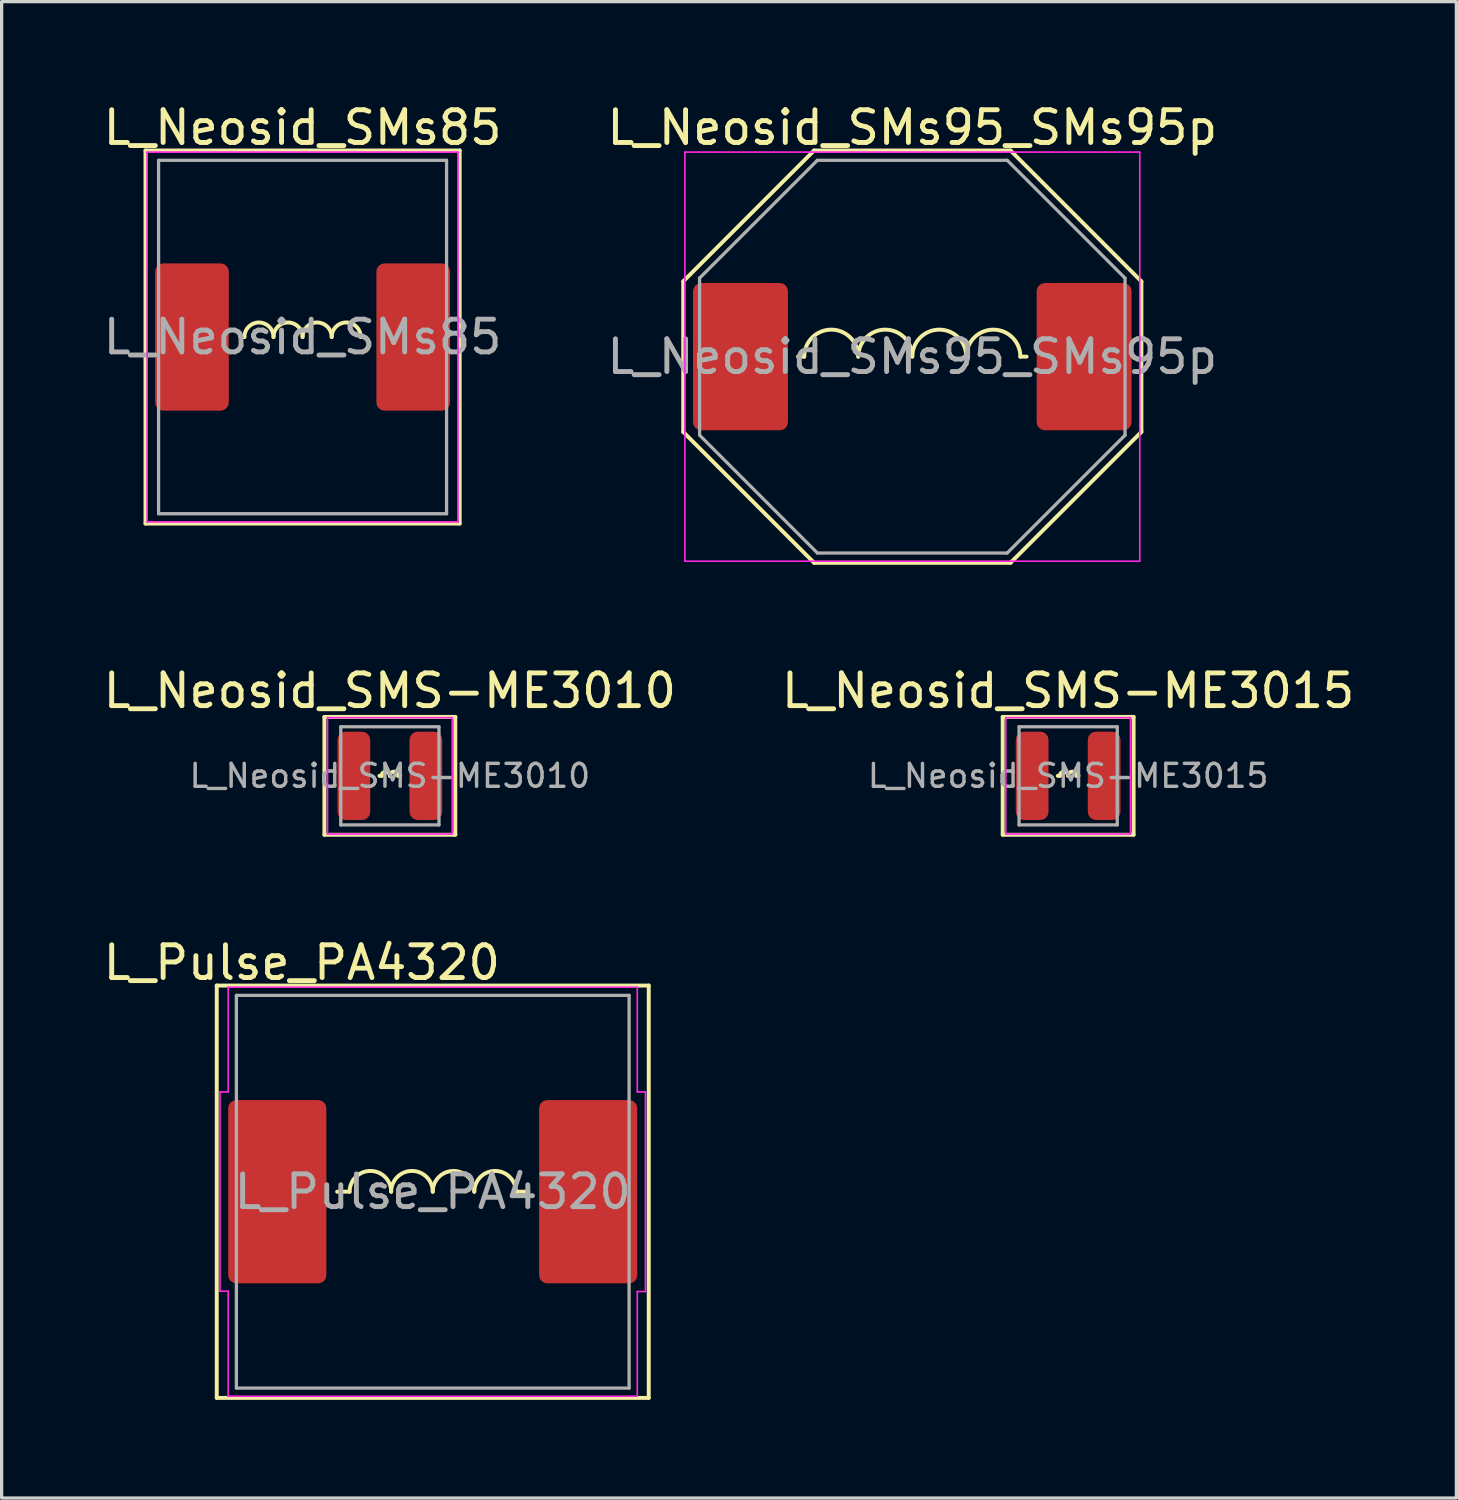
<source format=kicad_pcb>
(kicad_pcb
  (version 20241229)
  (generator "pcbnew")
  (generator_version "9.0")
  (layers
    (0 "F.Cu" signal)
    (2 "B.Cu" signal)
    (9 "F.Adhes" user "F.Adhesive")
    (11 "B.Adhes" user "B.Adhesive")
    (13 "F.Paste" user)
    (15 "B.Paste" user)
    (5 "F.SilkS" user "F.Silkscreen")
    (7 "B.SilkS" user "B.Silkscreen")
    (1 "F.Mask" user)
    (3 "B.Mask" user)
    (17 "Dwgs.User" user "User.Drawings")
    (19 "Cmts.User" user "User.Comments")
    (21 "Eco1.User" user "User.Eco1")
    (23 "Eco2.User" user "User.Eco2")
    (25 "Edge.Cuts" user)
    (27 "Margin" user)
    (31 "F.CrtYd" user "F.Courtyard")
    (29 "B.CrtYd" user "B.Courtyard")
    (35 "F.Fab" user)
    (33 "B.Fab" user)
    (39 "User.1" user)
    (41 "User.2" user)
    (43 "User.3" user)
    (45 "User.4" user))
  (footprint "L_Pulse_PA4320"
    (layer "F.Cu")
    (at 10.173 33.365)
    (property "Reference" "L_Pulse_PA4320" (at -4 -7 0) (layer "F.SilkS") (effects (font (size 1 1) (thickness 0.15))))
    (attr smd)
    (fp_line (start -6.6 -6.3) (end -6.6 6.3) (stroke (width 0.12) (type solid)) (layer "F.SilkS"))
    (fp_line (start -6.6 6.3) (end 6.6 6.3) (stroke (width 0.12) (type solid)) (layer "F.SilkS"))
    (fp_line (start -2.921 0) (end -2.54 0) (stroke (width 0.12) (type solid)) (layer "F.SilkS"))
    (fp_line (start 2.54 0) (end 2.921 0) (stroke (width 0.12) (type solid)) (layer "F.SilkS"))
    (fp_line (start 6.6 -6.3) (end -6.6 -6.3) (stroke (width 0.12) (type solid)) (layer "F.SilkS"))
    (fp_line (start 6.6 6.3) (end 6.6 -6.3) (stroke (width 0.12) (type solid)) (layer "F.SilkS"))
    (fp_arc (start -2.54 0) (mid -1.905 -0.635) (end -1.27 0) (stroke (width 0.12) (type solid)) (layer "F.SilkS"))
    (fp_arc (start -1.27 0) (mid -0.635 -0.635) (end 0 0) (stroke (width 0.12) (type solid)) (layer "F.SilkS"))
    (fp_arc (start 0 0) (mid 0.635 -0.635) (end 1.27 0) (stroke (width 0.12) (type solid)) (layer "F.SilkS"))
    (fp_arc (start 1.27 0) (mid 1.905 -0.635) (end 2.54 0) (stroke (width 0.12) (type solid)) (layer "F.SilkS"))
    (fp_line (start -6.5 3.04) (end -6.5 -3.05) (stroke (width 0.05) (type solid)) (layer "F.CrtYd"))
    (fp_line (start -6.25 -6.25) (end -6.25 -3.05) (stroke (width 0.05) (type solid)) (layer "F.CrtYd"))
    (fp_line (start -6.25 -6.25) (end 6.25 -6.25) (stroke (width 0.05) (type solid)) (layer "F.CrtYd"))
    (fp_line (start -6.25 -3.05) (end -6.5 -3.05) (stroke (width 0.05) (type solid)) (layer "F.CrtYd"))
    (fp_line (start -6.25 3.04) (end -6.5 3.04) (stroke (width 0.05) (type solid)) (layer "F.CrtYd"))
    (fp_line (start -6.25 3.04) (end -6.25 6.25) (stroke (width 0.05) (type solid)) (layer "F.CrtYd"))
    (fp_line (start 6.25 -6.25) (end 6.25 -3.05) (stroke (width 0.05) (type solid)) (layer "F.CrtYd"))
    (fp_line (start 6.25 -3.05) (end 6.5 -3.05) (stroke (width 0.05) (type solid)) (layer "F.CrtYd"))
    (fp_line (start 6.25 3.05) (end 6.25 6.25) (stroke (width 0.05) (type solid)) (layer "F.CrtYd"))
    (fp_line (start 6.25 6.25) (end -6.25 6.25) (stroke (width 0.05) (type solid)) (layer "F.CrtYd"))
    (fp_line (start 6.5 -3.05) (end 6.5 3.05) (stroke (width 0.05) (type solid)) (layer "F.CrtYd"))
    (fp_line (start 6.5 3.05) (end 6.25 3.05) (stroke (width 0.05) (type solid)) (layer "F.CrtYd"))
    (fp_line (start -6 -6) (end 6 -6) (stroke (width 0.1) (type solid)) (layer "F.Fab"))
    (fp_line (start -6 6) (end -6 -6) (stroke (width 0.1) (type solid)) (layer "F.Fab"))
    (fp_line (start 6 -6) (end 6 6) (stroke (width 0.1) (type solid)) (layer "F.Fab"))
    (fp_line (start 6 6) (end -6 6) (stroke (width 0.1) (type solid)) (layer "F.Fab"))
    (fp_text user "${REFERENCE}" (at 0 0 0) (layer "F.Fab") (effects (font (size 1 1) (thickness 0.15))))
    (pad "1" smd roundrect (at -4.75 0 90) (size 5.6 3) (layers "F.Cu" "F.Mask" "F.Paste") (roundrect_rratio 0.083))
    (pad "2" smd roundrect (at 4.75 0 90) (size 5.6 3) (layers "F.Cu" "F.Mask" "F.Paste") (roundrect_rratio 0.083)))
  (footprint "L_Neosid_SMs85"
    (layer "F.Cu")
    (at 6.196 7.248)
    (property "Reference" "L_Neosid_SMs85" (at 0 -6.4 0) (layer "F.SilkS") (effects (font (size 1 1) (thickness 0.15))))
    (attr smd)
    (fp_line (start -4.8 -5.7) (end -4.8 5.7) (stroke (width 0.12) (type solid)) (layer "F.SilkS"))
    (fp_line (start -4.8 5.7) (end 4.8 5.7) (stroke (width 0.12) (type solid)) (layer "F.SilkS"))
    (fp_line (start -1.778 0) (end -1.905 0) (stroke (width 0.12) (type solid)) (layer "F.SilkS"))
    (fp_line (start 1.905 0) (end 1.778 0) (stroke (width 0.12) (type solid)) (layer "F.SilkS"))
    (fp_line (start 4.8 -5.7) (end -4.8 -5.7) (stroke (width 0.12) (type solid)) (layer "F.SilkS"))
    (fp_line (start 4.8 5.7) (end 4.8 -5.7) (stroke (width 0.12) (type solid)) (layer "F.SilkS"))
    (fp_arc (start -1.778 0) (mid -1.3335 -0.4445) (end -0.889 0) (stroke (width 0.12) (type solid)) (layer "F.SilkS"))
    (fp_arc (start -0.889 0) (mid -0.4445 -0.4445) (end 0 0) (stroke (width 0.12) (type solid)) (layer "F.SilkS"))
    (fp_arc (start 0 0) (mid 0.4445 -0.4445) (end 0.889 0) (stroke (width 0.12) (type solid)) (layer "F.SilkS"))
    (fp_arc (start 0.889 0) (mid 1.3335 -0.4445) (end 1.778 0) (stroke (width 0.12) (type solid)) (layer "F.SilkS"))
    (fp_line (start -4.75 -5.65) (end -4.75 5.65) (stroke (width 0.05) (type solid)) (layer "F.CrtYd"))
    (fp_line (start -4.75 -5.65) (end 4.75 -5.65) (stroke (width 0.05) (type solid)) (layer "F.CrtYd"))
    (fp_line (start 4.75 5.65) (end -4.75 5.65) (stroke (width 0.05) (type solid)) (layer "F.CrtYd"))
    (fp_line (start 4.75 5.65) (end 4.75 -5.65) (stroke (width 0.05) (type solid)) (layer "F.CrtYd"))
    (fp_line (start -4.4 -5.4) (end 4.4 -5.4) (stroke (width 0.1) (type solid)) (layer "F.Fab"))
    (fp_line (start -4.4 5.4) (end -4.4 -5.4) (stroke (width 0.1) (type solid)) (layer "F.Fab"))
    (fp_line (start 4.4 -5.4) (end 4.4 5.4) (stroke (width 0.1) (type solid)) (layer "F.Fab"))
    (fp_line (start 4.4 5.4) (end -4.4 5.4) (stroke (width 0.1) (type solid)) (layer "F.Fab"))
    (fp_text user "${REFERENCE}" (at 0 0 0) (layer "F.Fab") (effects (font (size 1 1) (thickness 0.15))))
    (pad "1" smd roundrect (at -3.38 0) (size 2.25 4.5) (layers "F.Cu" "F.Mask" "F.Paste") (roundrect_rratio 0.111))
    (pad "2" smd roundrect (at 3.38 0) (size 2.25 4.5) (layers "F.Cu" "F.Mask" "F.Paste") (roundrect_rratio 0.111)))
  (footprint "L_Neosid_SMs95_SMs95p"
    (layer "F.Cu")
    (at 24.827 7.848)
    (property "Reference" "L_Neosid_SMs95_SMs95p" (at 0 -7 0) (layer "F.SilkS") (effects (font (size 1 1) (thickness 0.15))))
    (attr smd)
    (fp_line (start -7 -2.3) (end -7 2.3) (stroke (width 0.12) (type solid)) (layer "F.SilkS"))
    (fp_line (start -7 -2.3) (end -3 -6.3) (stroke (width 0.12) (type solid)) (layer "F.SilkS"))
    (fp_line (start -3.493 0) (end -3.302 0) (stroke (width 0.12) (type solid)) (layer "F.SilkS"))
    (fp_line (start -3 -6.3) (end 3 -6.3) (stroke (width 0.12) (type solid)) (layer "F.SilkS"))
    (fp_line (start -3 6.3) (end -7 2.3) (stroke (width 0.12) (type solid)) (layer "F.SilkS"))
    (fp_line (start 3 -6.3) (end 7 -2.3) (stroke (width 0.12) (type solid)) (layer "F.SilkS"))
    (fp_line (start 3 6.3) (end -3 6.3) (stroke (width 0.12) (type solid)) (layer "F.SilkS"))
    (fp_line (start 3.302 0) (end 3.493 0) (stroke (width 0.12) (type solid)) (layer "F.SilkS"))
    (fp_line (start 7 -2.3) (end 7 2.3) (stroke (width 0.12) (type solid)) (layer "F.SilkS"))
    (fp_line (start 7 2.3) (end 3 6.3) (stroke (width 0.12) (type solid)) (layer "F.SilkS"))
    (fp_arc (start -3.302 0) (mid -2.4765 -0.8255) (end -1.651 0) (stroke (width 0.12) (type solid)) (layer "F.SilkS"))
    (fp_arc (start -1.651 0) (mid -0.8255 -0.8255) (end 0 0) (stroke (width 0.12) (type solid)) (layer "F.SilkS"))
    (fp_arc (start 0 0) (mid 0.8255 -0.8255) (end 1.651 0) (stroke (width 0.12) (type solid)) (layer "F.SilkS"))
    (fp_arc (start 1.651 0) (mid 2.4765 -0.8255) (end 3.302 0) (stroke (width 0.12) (type solid)) (layer "F.SilkS"))
    (fp_line (start -6.95 -6.25) (end -6.95 6.25) (stroke (width 0.05) (type solid)) (layer "F.CrtYd"))
    (fp_line (start -6.95 -6.25) (end 6.95 -6.25) (stroke (width 0.05) (type solid)) (layer "F.CrtYd"))
    (fp_line (start 6.95 6.25) (end -6.95 6.25) (stroke (width 0.05) (type solid)) (layer "F.CrtYd"))
    (fp_line (start 6.95 6.25) (end 6.95 -6.25) (stroke (width 0.05) (type solid)) (layer "F.CrtYd"))
    (fp_line (start -6.5 -2.4) (end -6.5 2.4) (stroke (width 0.1) (type solid)) (layer "F.Fab"))
    (fp_line (start -6.5 -2.4) (end -2.9 -6) (stroke (width 0.1) (type solid)) (layer "F.Fab"))
    (fp_line (start -6.5 2.4) (end -2.9 6) (stroke (width 0.1) (type solid)) (layer "F.Fab"))
    (fp_line (start -2.9 6) (end 2.9 6) (stroke (width 0.1) (type solid)) (layer "F.Fab"))
    (fp_line (start 2.9 -6) (end -2.9 -6) (stroke (width 0.1) (type solid)) (layer "F.Fab"))
    (fp_line (start 2.9 6) (end 6.5 2.4) (stroke (width 0.1) (type solid)) (layer "F.Fab"))
    (fp_line (start 6.5 -2.4) (end 2.9 -6) (stroke (width 0.1) (type solid)) (layer "F.Fab"))
    (fp_line (start 6.5 2.4) (end 6.5 -2.4) (stroke (width 0.1) (type solid)) (layer "F.Fab"))
    (fp_text user "${REFERENCE}" (at 0 0 0) (layer "F.Fab") (effects (font (size 1 1) (thickness 0.15))))
    (pad "1" smd roundrect (at -5.25 0) (size 2.9 4.5) (layers "F.Cu" "F.Mask" "F.Paste") (roundrect_rratio 0.086))
    (pad "2" smd roundrect (at 5.25 0) (size 2.9 4.5) (layers "F.Cu" "F.Mask" "F.Paste") (roundrect_rratio 0.086)))
  (footprint "L_Neosid_SMS-ME3010"
    (layer "F.Cu")
    (at 8.863 20.657)
    (property "Reference" "L_Neosid_SMS-ME3010" (at 0 -2.6 0) (layer "F.SilkS") (effects (font (size 1 1) (thickness 0.15))))
    (attr smd)
    (fp_line (start -2 -1.8) (end -2 1.8) (stroke (width 0.12) (type solid)) (layer "F.SilkS"))
    (fp_line (start -2 1.8) (end 2 1.8) (stroke (width 0.12) (type solid)) (layer "F.SilkS"))
    (fp_line (start -0.254 0) (end -0.318 0) (stroke (width 0.12) (type solid)) (layer "F.SilkS"))
    (fp_line (start 0.254 0) (end 0.318 0) (stroke (width 0.12) (type solid)) (layer "F.SilkS"))
    (fp_line (start 2 -1.8) (end -2 -1.8) (stroke (width 0.12) (type solid)) (layer "F.SilkS"))
    (fp_line (start 2 1.8) (end 2 -1.8) (stroke (width 0.12) (type solid)) (layer "F.SilkS"))
    (fp_arc (start -0.254 0) (mid -0.127 -0.127) (end 0 0) (stroke (width 0.12) (type solid)) (layer "F.SilkS"))
    (fp_arc (start 0 0) (mid 0.127 -0.127) (end 0.254 0) (stroke (width 0.12) (type solid)) (layer "F.SilkS"))
    (fp_line (start -1.905 -1.778) (end -1.905 1.778) (stroke (width 0.05) (type solid)) (layer "F.CrtYd"))
    (fp_line (start -1.905 -1.778) (end 1.905 -1.778) (stroke (width 0.05) (type solid)) (layer "F.CrtYd"))
    (fp_line (start 1.905 1.778) (end -1.905 1.778) (stroke (width 0.05) (type solid)) (layer "F.CrtYd"))
    (fp_line (start 1.905 1.778) (end 1.905 -1.778) (stroke (width 0.05) (type solid)) (layer "F.CrtYd"))
    (fp_line (start -1.5 -1.5) (end -1.5 1.5) (stroke (width 0.1) (type solid)) (layer "F.Fab"))
    (fp_line (start -1.5 1.5) (end 1.5 1.5) (stroke (width 0.1) (type solid)) (layer "F.Fab"))
    (fp_line (start 1.5 -1.5) (end -1.5 -1.5) (stroke (width 0.1) (type solid)) (layer "F.Fab"))
    (fp_line (start 1.5 1.5) (end 1.5 -1.5) (stroke (width 0.1) (type solid)) (layer "F.Fab"))
    (fp_text user "${REFERENCE}" (at 0 0 0) (layer "F.Fab") (effects (font (size 0.7 0.7) (thickness 0.105))))
    (pad "1" smd roundrect (at -1.1 0) (size 1 2.7) (layers "F.Cu" "F.Mask" "F.Paste") (roundrect_rratio 0.25))
    (pad "2" smd roundrect (at 1.1 0) (size 1 2.7) (layers "F.Cu" "F.Mask" "F.Paste") (roundrect_rratio 0.25)))
  (footprint "L_Neosid_SMS-ME3015"
    (layer "F.Cu")
    (at 29.589 20.657)
    (property "Reference" "L_Neosid_SMS-ME3015" (at 0 -2.6 0) (layer "F.SilkS") (effects (font (size 1 1) (thickness 0.15))))
    (attr smd)
    (fp_line (start -2 -1.8) (end -2 1.8) (stroke (width 0.12) (type solid)) (layer "F.SilkS"))
    (fp_line (start -2 1.8) (end 2 1.8) (stroke (width 0.12) (type solid)) (layer "F.SilkS"))
    (fp_line (start -0.318 0) (end -0.254 0) (stroke (width 0.12) (type solid)) (layer "F.SilkS"))
    (fp_line (start 0.254 0) (end 0.318 0) (stroke (width 0.12) (type solid)) (layer "F.SilkS"))
    (fp_line (start 2 -1.8) (end -2 -1.8) (stroke (width 0.12) (type solid)) (layer "F.SilkS"))
    (fp_line (start 2 1.8) (end 2 -1.8) (stroke (width 0.12) (type solid)) (layer "F.SilkS"))
    (fp_arc (start -0.254 0) (mid -0.127 -0.127) (end 0 0) (stroke (width 0.12) (type solid)) (layer "F.SilkS"))
    (fp_arc (start 0 0) (mid 0.127 -0.127) (end 0.254 0) (stroke (width 0.12) (type solid)) (layer "F.SilkS"))
    (fp_line (start -1.905 -1.778) (end -1.905 1.778) (stroke (width 0.05) (type solid)) (layer "F.CrtYd"))
    (fp_line (start -1.905 -1.778) (end 1.905 -1.778) (stroke (width 0.05) (type solid)) (layer "F.CrtYd"))
    (fp_line (start 1.905 1.778) (end -1.905 1.778) (stroke (width 0.05) (type solid)) (layer "F.CrtYd"))
    (fp_line (start 1.905 1.778) (end 1.905 -1.778) (stroke (width 0.05) (type solid)) (layer "F.CrtYd"))
    (fp_line (start -1.5 -1.5) (end -1.5 1.5) (stroke (width 0.1) (type solid)) (layer "F.Fab"))
    (fp_line (start -1.5 1.5) (end 1.5 1.5) (stroke (width 0.1) (type solid)) (layer "F.Fab"))
    (fp_line (start 1.5 -1.5) (end -1.5 -1.5) (stroke (width 0.1) (type solid)) (layer "F.Fab"))
    (fp_line (start 1.5 1.5) (end 1.5 -1.5) (stroke (width 0.1) (type solid)) (layer "F.Fab"))
    (fp_text user "${REFERENCE}" (at 0 0 0) (layer "F.Fab") (effects (font (size 0.7 0.7) (thickness 0.105))))
    (pad "1" smd roundrect (at -1.1 0) (size 1 2.7) (layers "F.Cu" "F.Mask" "F.Paste") (roundrect_rratio 0.25))
    (pad "2" smd roundrect (at 1.1 0) (size 1 2.7) (layers "F.Cu" "F.Mask" "F.Paste") (roundrect_rratio 0.25)))
  (gr_rect
    (start -3 -3)
    (end 41.452 42.725)
    (stroke (width 0.1) (type default))
    (fill no)
    (layer "Edge.Cuts")))
</source>
